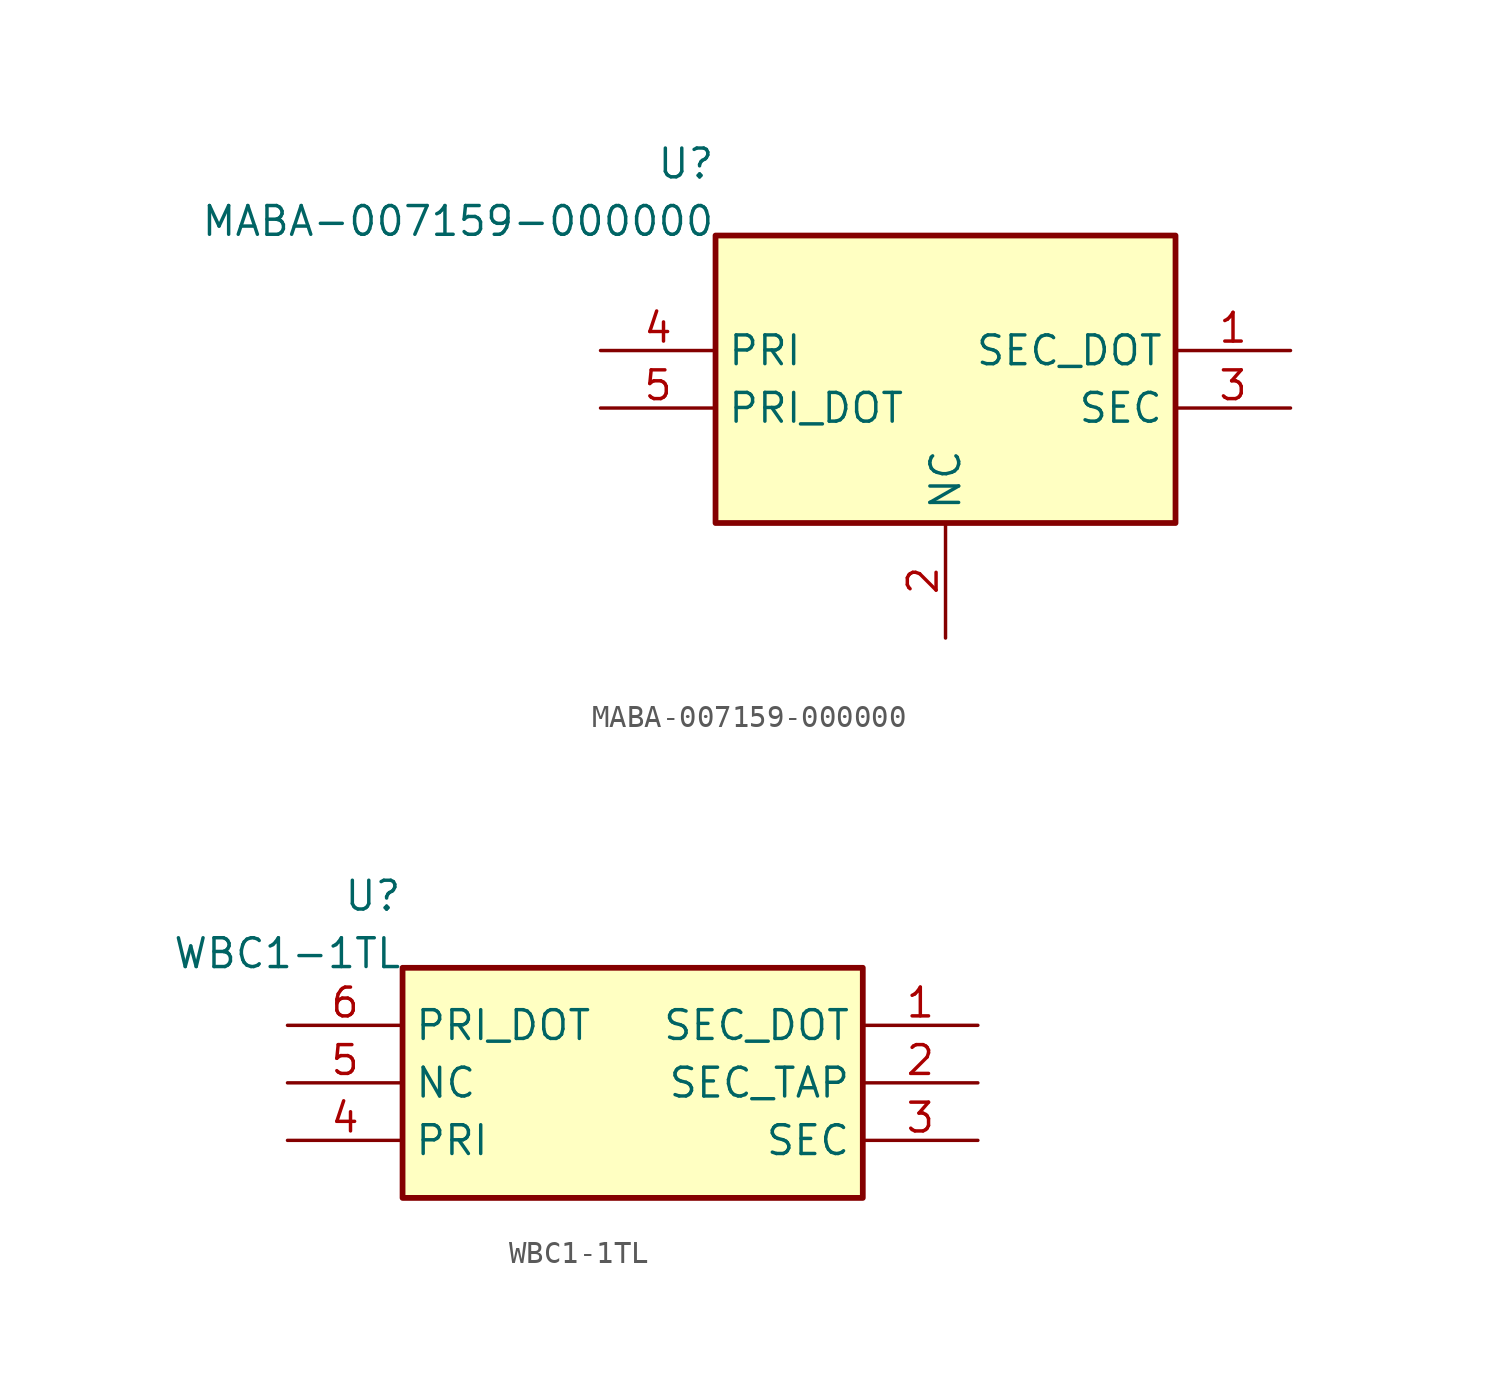
<source format=kicad_sym>
(kicad_symbol_lib
  (version 20241209)
  (generator "kicad_symbol_editor")
  (generator_version "8.0")
  (symbol "MABA-007159-000000"
    (property "Reference" "U"
      (at -10.16 9.525 0)
      (effects (font (size 1.27 1.27)) (justify right) (hide no)))
    (property "Value" "MABA-007159-000000"
      (at -10.16 6.985 0)
      (effects (font (size 1.27 1.27)) (justify right) (hide no)))
    (symbol "MABA-007159-000000_1_1"
      (rectangle (start -10.16 -6.35) (end 10.16 6.35) (stroke (width 0.254) (type solid)) (fill (type background)))
      (pin passive line (at -15.24 1.27 0) (length 5.08) (name "PRI" (effects (font (size 1.27 1.27)))) (number "4" (effects (font (size 1.27 1.27)))))
      (pin passive line (at -15.24 -1.27 0) (length 5.08) (name "PRI_DOT" (effects (font (size 1.27 1.27)))) (number "5" (effects (font (size 1.27 1.27)))))
      (pin passive line (at 15.24 1.27 180) (length 5.08) (name "SEC_DOT" (effects (font (size 1.27 1.27)))) (number "1" (effects (font (size 1.27 1.27)))))
      (pin passive line (at 15.24 -1.27 180) (length 5.08) (name "SEC" (effects (font (size 1.27 1.27)))) (number "3" (effects (font (size 1.27 1.27)))))
      (pin passive line (at 0.0 -11.43 90) (length 5.08) (name "NC" (effects (font (size 1.27 1.27)))) (number "2" (effects (font (size 1.27 1.27)))))))
  (symbol "WBC1-1TL"
    (property "Reference" "U"
      (at -10.16 8.255 0)
      (effects (font (size 1.27 1.27)) (justify right) (hide no)))
    (property "Value" "WBC1-1TL"
      (at -10.16 5.715 0)
      (effects (font (size 1.27 1.27)) (justify right) (hide no)))
    (symbol "WBC1-1TL_1_1"
      (rectangle (start -10.16 -5.08) (end 10.16 5.08) (stroke (width 0.254) (type solid)) (fill (type background)))
      (pin passive line (at -15.24 2.54 0) (length 5.08) (name "PRI_DOT" (effects (font (size 1.27 1.27)))) (number "6" (effects (font (size 1.27 1.27)))))
      (pin passive line (at -15.24 0.0 0) (length 5.08) (name "NC" (effects (font (size 1.27 1.27)))) (number "5" (effects (font (size 1.27 1.27)))))
      (pin passive line (at -15.24 -2.54 0) (length 5.08) (name "PRI" (effects (font (size 1.27 1.27)))) (number "4" (effects (font (size 1.27 1.27)))))
      (pin passive line (at 15.24 2.54 180) (length 5.08) (name "SEC_DOT" (effects (font (size 1.27 1.27)))) (number "1" (effects (font (size 1.27 1.27)))))
      (pin passive line (at 15.24 0.0 180) (length 5.08) (name "SEC_TAP" (effects (font (size 1.27 1.27)))) (number "2" (effects (font (size 1.27 1.27)))))
      (pin passive line (at 15.24 -2.54 180) (length 5.08) (name "SEC" (effects (font (size 1.27 1.27)))) (number "3" (effects (font (size 1.27 1.27))))))))
</source>
